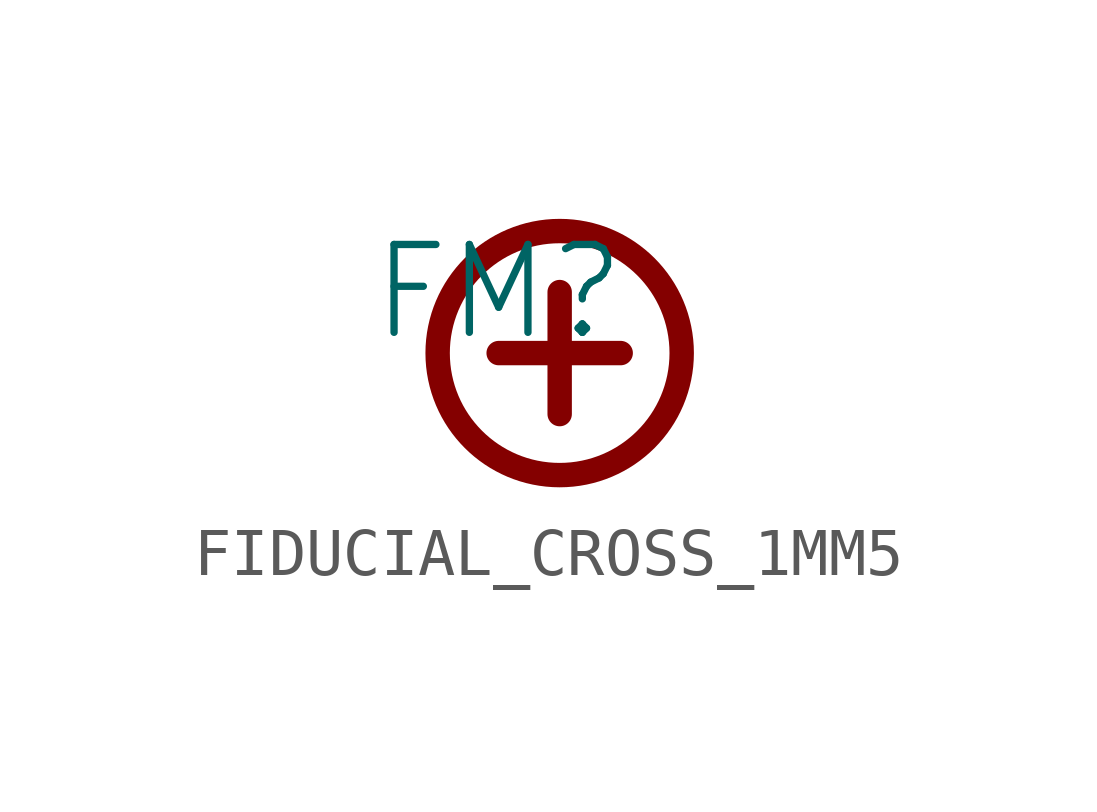
<source format=kicad_sym>
(kicad_symbol_lib
  (version 20231120)
  (generator "kicad_symbol_editor")
  (generator_version "8.0")
  (symbol "FIDUCIAL_CROSS_1MM5"
    (property "Reference" "FM"
      (at -1.27 1.27 0)
      (effects (font (size 1.829 1.829))))
    (symbol "FIDUCIAL_CROSS_1MM5_1_0"
      (polyline (pts (xy -1.27 0) (xy 1.27 0)) (stroke (width 0.508) (type solid)) (fill (type none)))
      (polyline (pts (xy 0 1.27) (xy 0 -1.27)) (stroke (width 0.508) (type solid)) (fill (type none)))
      (circle (center 0 0) (radius 2.54) (stroke (width 0.508) (type solid)) (fill (type none))))))
</source>
